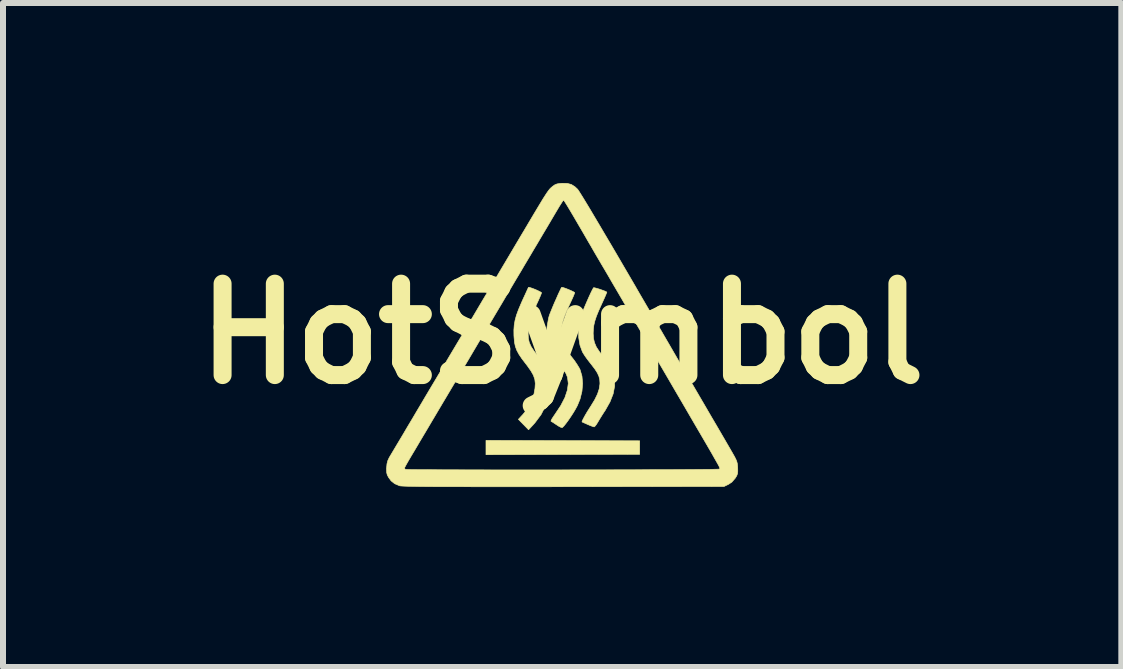
<source format=kicad_pcb>
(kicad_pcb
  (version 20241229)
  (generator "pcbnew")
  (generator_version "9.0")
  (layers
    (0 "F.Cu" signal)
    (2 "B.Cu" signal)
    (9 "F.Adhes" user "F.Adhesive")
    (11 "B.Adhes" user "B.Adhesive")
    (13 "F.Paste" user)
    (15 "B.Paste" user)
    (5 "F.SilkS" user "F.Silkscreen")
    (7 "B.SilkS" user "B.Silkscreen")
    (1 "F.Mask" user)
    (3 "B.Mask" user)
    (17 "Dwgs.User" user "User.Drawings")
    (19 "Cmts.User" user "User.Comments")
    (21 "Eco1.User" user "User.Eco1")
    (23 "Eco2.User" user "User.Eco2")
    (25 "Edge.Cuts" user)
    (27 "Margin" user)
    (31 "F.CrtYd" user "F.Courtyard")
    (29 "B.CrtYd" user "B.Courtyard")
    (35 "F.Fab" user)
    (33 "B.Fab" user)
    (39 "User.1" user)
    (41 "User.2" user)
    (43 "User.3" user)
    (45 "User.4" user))
  (footprint "HotSymbol"
    (layer "F.Cu")
    (at 6.321 2.513)
    (property "Reference" "HotSymbol" (at 0 0 0) (layer "F.SilkS") (effects (font (size 1.524 1.524) (thickness 0.3))))
    (attr through_hole)
    (fp_poly (pts (xy 0.011 1.782) (xy 1.292 1.785) (xy 1.292 2.01) (xy 0.011 2.013) (xy -1.27 2.017) (xy -1.27 1.778) (xy 0.011 1.782)) (stroke (width 0.01) (type solid)) (fill yes) (layer "F.SilkS"))
    (fp_poly (pts (xy -0.544 -0.772) (xy -0.51 -0.761) (xy -0.464 -0.744) (xy -0.417 -0.724) (xy -0.376 -0.704) (xy -0.349 -0.689) (xy -0.344 -0.683) (xy -0.35 -0.664) (xy -0.366 -0.624) (xy -0.391 -0.567) (xy -0.422 -0.5) (xy -0.433 -0.475) (xy -0.487 -0.356) (xy -0.525 -0.254) (xy -0.55 -0.164) (xy -0.563 -0.079) (xy -0.567 0.007) (xy -0.563 0.084) (xy -0.547 0.151) (xy -0.516 0.218) (xy -0.468 0.29) (xy -0.42 0.351) (xy -0.344 0.447) (xy -0.288 0.53) (xy -0.249 0.605) (xy -0.224 0.679) (xy -0.213 0.758) (xy -0.211 0.848) (xy -0.213 0.888) (xy -0.234 1.055) (xy -0.28 1.208) (xy -0.353 1.35) (xy -0.454 1.485) (xy -0.478 1.512) (xy -0.56 1.601) (xy -0.73 1.427) (xy -0.653 1.344) (xy -0.565 1.234) (xy -0.504 1.119) (xy -0.47 1.005) (xy -0.453 0.91) (xy -0.448 0.83) (xy -0.456 0.76) (xy -0.48 0.691) (xy -0.521 0.619) (xy -0.581 0.534) (xy -0.605 0.503) (xy -0.673 0.414) (xy -0.723 0.339) (xy -0.758 0.273) (xy -0.781 0.209) (xy -0.795 0.141) (xy -0.802 0.061) (xy -0.804 0.03) (xy -0.805 -0.062) (xy -0.799 -0.145) (xy -0.785 -0.225) (xy -0.762 -0.309) (xy -0.727 -0.404) (xy -0.679 -0.517) (xy -0.663 -0.553) (xy -0.629 -0.627) (xy -0.6 -0.69) (xy -0.578 -0.739) (xy -0.564 -0.768) (xy -0.561 -0.774) (xy -0.544 -0.772)) (stroke (width 0.01) (type solid)) (fill yes) (layer "F.SilkS"))
    (fp_poly (pts (xy 0.539 -0.766) (xy 0.575 -0.757) (xy 0.622 -0.743) (xy 0.67 -0.726) (xy 0.713 -0.71) (xy 0.741 -0.696) (xy 0.745 -0.694) (xy 0.74 -0.68) (xy 0.725 -0.643) (xy 0.702 -0.59) (xy 0.672 -0.524) (xy 0.66 -0.498) (xy 0.609 -0.385) (xy 0.571 -0.292) (xy 0.545 -0.213) (xy 0.528 -0.141) (xy 0.52 -0.072) (xy 0.517 -0.006) (xy 0.522 0.077) (xy 0.539 0.15) (xy 0.57 0.222) (xy 0.62 0.298) (xy 0.686 0.381) (xy 0.777 0.503) (xy 0.838 0.624) (xy 0.871 0.747) (xy 0.875 0.872) (xy 0.85 1.002) (xy 0.797 1.137) (xy 0.716 1.28) (xy 0.702 1.3) (xy 0.663 1.361) (xy 0.621 1.429) (xy 0.598 1.468) (xy 0.571 1.512) (xy 0.547 1.542) (xy 0.533 1.553) (xy 0.511 1.547) (xy 0.471 1.532) (xy 0.426 1.513) (xy 0.379 1.492) (xy 0.345 1.477) (xy 0.331 1.47) (xy 0.334 1.455) (xy 0.351 1.42) (xy 0.379 1.368) (xy 0.415 1.306) (xy 0.458 1.238) (xy 0.476 1.21) (xy 0.543 1.1) (xy 0.589 1.006) (xy 0.617 0.921) (xy 0.629 0.843) (xy 0.63 0.823) (xy 0.626 0.764) (xy 0.612 0.709) (xy 0.586 0.652) (xy 0.544 0.587) (xy 0.484 0.509) (xy 0.469 0.49) (xy 0.423 0.431) (xy 0.38 0.371) (xy 0.347 0.319) (xy 0.337 0.301) (xy 0.297 0.192) (xy 0.276 0.067) (xy 0.275 -0.068) (xy 0.293 -0.207) (xy 0.316 -0.296) (xy 0.331 -0.339) (xy 0.354 -0.398) (xy 0.383 -0.468) (xy 0.415 -0.542) (xy 0.447 -0.614) (xy 0.477 -0.679) (xy 0.502 -0.73) (xy 0.519 -0.761) (xy 0.523 -0.767) (xy 0.539 -0.766)) (stroke (width 0.01) (type solid)) (fill yes) (layer "F.SilkS"))
    (fp_poly (pts (xy 0.008 -0.772) (xy 0.043 -0.761) (xy 0.088 -0.744) (xy 0.136 -0.724) (xy 0.177 -0.705) (xy 0.204 -0.69) (xy 0.209 -0.684) (xy 0.203 -0.666) (xy 0.187 -0.626) (xy 0.162 -0.57) (xy 0.131 -0.503) (xy 0.12 -0.479) (xy 0.069 -0.366) (xy 0.032 -0.272) (xy 0.007 -0.191) (xy -0.008 -0.116) (xy -0.014 -0.04) (xy -0.015 -0.001) (xy -0.011 0.071) (xy 0.002 0.136) (xy 0.027 0.199) (xy 0.067 0.267) (xy 0.125 0.346) (xy 0.159 0.389) (xy 0.207 0.451) (xy 0.25 0.515) (xy 0.284 0.571) (xy 0.298 0.598) (xy 0.33 0.707) (xy 0.341 0.829) (xy 0.33 0.959) (xy 0.298 1.089) (xy 0.254 1.197) (xy 0.225 1.251) (xy 0.188 1.314) (xy 0.146 1.379) (xy 0.103 1.442) (xy 0.063 1.496) (xy 0.029 1.538) (xy 0.005 1.562) (xy -0.001 1.565) (xy -0.024 1.559) (xy -0.062 1.539) (xy -0.097 1.516) (xy -0.139 1.488) (xy -0.172 1.467) (xy -0.186 1.46) (xy -0.184 1.446) (xy -0.168 1.415) (xy -0.139 1.371) (xy -0.121 1.345) (xy -0.024 1.199) (xy 0.046 1.064) (xy 0.087 0.94) (xy 0.102 0.828) (xy 0.089 0.727) (xy 0.066 0.668) (xy 0.046 0.636) (xy 0.012 0.588) (xy -0.03 0.533) (xy -0.057 0.501) (xy -0.104 0.438) (xy -0.149 0.372) (xy -0.185 0.313) (xy -0.197 0.291) (xy -0.238 0.17) (xy -0.257 0.034) (xy -0.253 -0.111) (xy -0.227 -0.259) (xy -0.216 -0.299) (xy -0.204 -0.332) (xy -0.183 -0.384) (xy -0.157 -0.448) (xy -0.127 -0.519) (xy -0.095 -0.59) (xy -0.066 -0.657) (xy -0.039 -0.714) (xy -0.02 -0.754) (xy -0.009 -0.773) (xy -0.009 -0.773) (xy 0.008 -0.772)) (stroke (width 0.01) (type solid)) (fill yes) (layer "F.SilkS"))
    (fp_poly (pts (xy 0.085 -2.506) (xy 0.153 -2.488) (xy 0.213 -2.45) (xy 0.257 -2.409) (xy 0.272 -2.388) (xy 0.3 -2.344) (xy 0.342 -2.277) (xy 0.395 -2.19) (xy 0.459 -2.084) (xy 0.532 -1.961) (xy 0.614 -1.823) (xy 0.703 -1.672) (xy 0.799 -1.51) (xy 0.9 -1.338) (xy 1.005 -1.158) (xy 1.084 -1.023) (xy 1.195 -0.833) (xy 1.304 -0.644) (xy 1.411 -0.461) (xy 1.515 -0.283) (xy 1.613 -0.115) (xy 1.704 0.042) (xy 1.788 0.186) (xy 1.862 0.314) (xy 1.926 0.424) (xy 1.979 0.514) (xy 2.018 0.581) (xy 2.032 0.605) (xy 2.102 0.725) (xy 2.185 0.866) (xy 2.277 1.024) (xy 2.377 1.195) (xy 2.481 1.374) (xy 2.588 1.556) (xy 2.694 1.738) (xy 2.795 1.912) (xy 2.841 1.992) (xy 2.875 2.052) (xy 2.898 2.098) (xy 2.912 2.134) (xy 2.92 2.167) (xy 2.924 2.201) (xy 2.926 2.233) (xy 2.927 2.292) (xy 2.923 2.332) (xy 2.91 2.367) (xy 2.886 2.407) (xy 2.886 2.407) (xy 2.828 2.474) (xy 2.77 2.512) (xy 2.697 2.547) (xy 0.022 2.55) (xy -0.323 2.551) (xy -0.639 2.551) (xy -0.928 2.551) (xy -1.191 2.551) (xy -1.428 2.551) (xy -1.641 2.55) (xy -1.83 2.55) (xy -1.998 2.549) (xy -2.145 2.549) (xy -2.272 2.548) (xy -2.38 2.547) (xy -2.472 2.545) (xy -2.546 2.544) (xy -2.606 2.542) (xy -2.651 2.54) (xy -2.684 2.538) (xy -2.704 2.536) (xy -2.712 2.534) (xy -2.792 2.5) (xy -2.851 2.453) (xy -2.893 2.396) (xy -2.915 2.355) (xy -2.925 2.317) (xy -2.928 2.27) (xy -2.927 2.241) (xy -2.63 2.241) (xy -2.618 2.257) (xy -2.611 2.261) (xy -2.593 2.262) (xy -2.547 2.264) (xy -2.475 2.265) (xy -2.379 2.266) (xy -2.261 2.266) (xy -2.122 2.267) (xy -1.964 2.268) (xy -1.789 2.268) (xy -1.6 2.269) (xy -1.397 2.269) (xy -1.183 2.27) (xy -0.96 2.27) (xy -0.729 2.27) (xy -0.493 2.27) (xy -0.253 2.27) (xy -0.011 2.27) (xy 0.232 2.269) (xy 0.472 2.269) (xy 0.709 2.269) (xy 0.94 2.268) (xy 1.164 2.268) (xy 1.379 2.267) (xy 1.583 2.266) (xy 1.774 2.266) (xy 1.95 2.265) (xy 2.11 2.264) (xy 2.251 2.263) (xy 2.371 2.262) (xy 2.47 2.261) (xy 2.544 2.259) (xy 2.593 2.258) (xy 2.614 2.257) (xy 2.614 2.257) (xy 2.619 2.255) (xy 2.624 2.254) (xy 2.627 2.251) (xy 2.629 2.247) (xy 2.627 2.238) (xy 2.621 2.223) (xy 2.61 2.2) (xy 2.592 2.168) (xy 2.568 2.125) (xy 2.536 2.069) (xy 2.496 1.998) (xy 2.445 1.91) (xy 2.384 1.805) (xy 2.311 1.68) (xy 2.225 1.533) (xy 2.126 1.363) (xy 2.072 1.27) (xy 1.981 1.114) (xy 1.889 0.957) (xy 1.799 0.802) (xy 1.712 0.653) (xy 1.63 0.513) (xy 1.556 0.386) (xy 1.491 0.274) (xy 1.438 0.182) (xy 1.397 0.112) (xy 1.397 0.112) (xy 1.325 -0.012) (xy 1.246 -0.147) (xy 1.162 -0.291) (xy 1.076 -0.438) (xy 0.991 -0.585) (xy 0.908 -0.727) (xy 0.83 -0.86) (xy 0.76 -0.981) (xy 0.699 -1.085) (xy 0.65 -1.167) (xy 0.643 -1.18) (xy 0.593 -1.265) (xy 0.536 -1.362) (xy 0.48 -1.46) (xy 0.438 -1.531) (xy 0.344 -1.694) (xy 0.263 -1.832) (xy 0.196 -1.947) (xy 0.141 -2.04) (xy 0.098 -2.112) (xy 0.066 -2.164) (xy 0.044 -2.199) (xy 0.032 -2.217) (xy 0.029 -2.219) (xy 0.025 -2.222) (xy 0.022 -2.223) (xy 0.017 -2.221) (xy 0.01 -2.212) (xy -0.002 -2.194) (xy -0.02 -2.166) (xy -0.046 -2.125) (xy -0.08 -2.068) (xy -0.125 -1.992) (xy -0.181 -1.897) (xy -0.251 -1.778) (xy -0.269 -1.748) (xy -0.337 -1.634) (xy -0.407 -1.515) (xy -0.477 -1.398) (xy -0.542 -1.288) (xy -0.599 -1.192) (xy -0.645 -1.115) (xy -0.65 -1.106) (xy -0.684 -1.048) (xy -0.732 -0.968) (xy -0.791 -0.869) (xy -0.859 -0.754) (xy -0.934 -0.628) (xy -1.014 -0.492) (xy -1.098 -0.351) (xy -1.183 -0.208) (xy -1.218 -0.149) (xy -1.303 -0.005) (xy -1.39 0.14) (xy -1.474 0.282) (xy -1.554 0.418) (xy -1.629 0.544) (xy -1.695 0.655) (xy -1.751 0.75) (xy -1.795 0.824) (xy -1.807 0.844) (xy -1.86 0.933) (xy -1.924 1.041) (xy -1.995 1.16) (xy -2.068 1.283) (xy -2.139 1.403) (xy -2.189 1.487) (xy -2.252 1.594) (xy -2.317 1.703) (xy -2.38 1.809) (xy -2.437 1.906) (xy -2.486 1.988) (xy -2.52 2.045) (xy -2.559 2.111) (xy -2.592 2.169) (xy -2.616 2.213) (xy -2.629 2.238) (xy -2.63 2.241) (xy -2.927 2.241) (xy -2.926 2.229) (xy -2.92 2.167) (xy -2.907 2.117) (xy -2.883 2.065) (xy -2.863 2.031) (xy -2.845 2.001) (xy -2.814 1.949) (xy -2.77 1.875) (xy -2.715 1.783) (xy -2.651 1.676) (xy -2.58 1.555) (xy -2.501 1.423) (xy -2.418 1.282) (xy -2.331 1.136) (xy -2.309 1.098) (xy -2.211 0.933) (xy -2.107 0.759) (xy -2.001 0.581) (xy -1.896 0.403) (xy -1.793 0.23) (xy -1.695 0.066) (xy -1.606 -0.084) (xy -1.528 -0.216) (xy -1.483 -0.291) (xy -1.408 -0.418) (xy -1.321 -0.565) (xy -1.224 -0.727) (xy -1.122 -0.899) (xy -1.018 -1.075) (xy -0.914 -1.25) (xy -0.814 -1.419) (xy -0.725 -1.569) (xy -0.626 -1.735) (xy -0.542 -1.877) (xy -0.47 -1.998) (xy -0.41 -2.098) (xy -0.36 -2.181) (xy -0.319 -2.249) (xy -0.285 -2.302) (xy -0.258 -2.344) (xy -0.236 -2.375) (xy -0.218 -2.399) (xy -0.203 -2.417) (xy -0.189 -2.431) (xy -0.175 -2.443) (xy -0.16 -2.456) (xy -0.16 -2.456) (xy -0.123 -2.482) (xy -0.086 -2.497) (xy -0.037 -2.505) (xy -0.001 -2.508) (xy 0.085 -2.506)) (stroke (width 0.01) (type solid)) (fill yes) (layer "F.SilkS")))
  (gr_rect
    (start -3 -3)
    (end 15.642 8.068)
    (stroke (width 0.1) (type default))
    (fill no)
    (layer "Edge.Cuts")))
</source>
